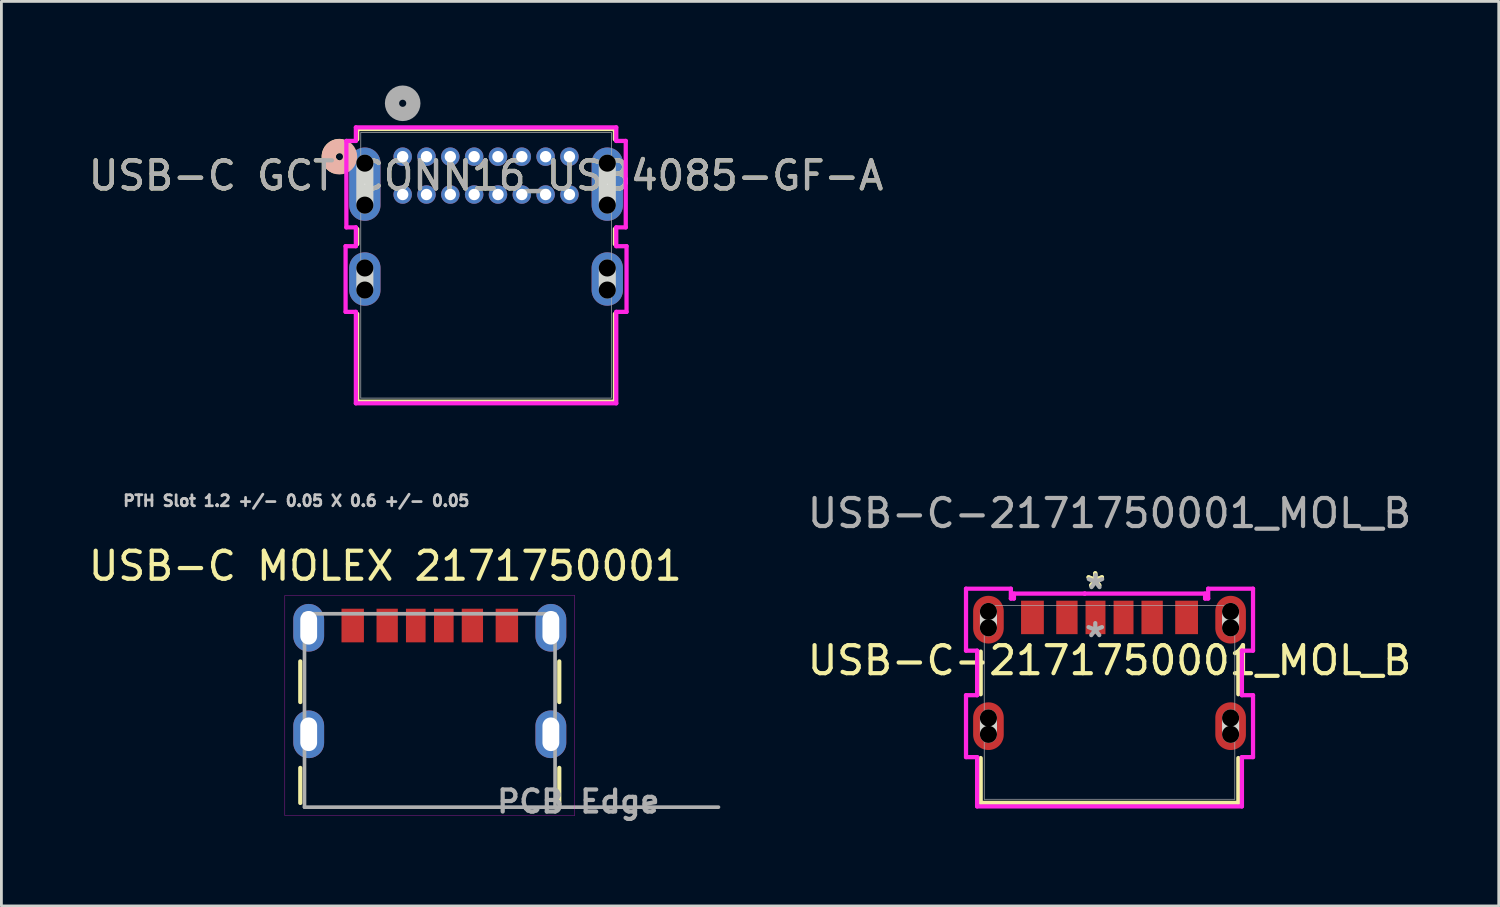
<source format=kicad_pcb>
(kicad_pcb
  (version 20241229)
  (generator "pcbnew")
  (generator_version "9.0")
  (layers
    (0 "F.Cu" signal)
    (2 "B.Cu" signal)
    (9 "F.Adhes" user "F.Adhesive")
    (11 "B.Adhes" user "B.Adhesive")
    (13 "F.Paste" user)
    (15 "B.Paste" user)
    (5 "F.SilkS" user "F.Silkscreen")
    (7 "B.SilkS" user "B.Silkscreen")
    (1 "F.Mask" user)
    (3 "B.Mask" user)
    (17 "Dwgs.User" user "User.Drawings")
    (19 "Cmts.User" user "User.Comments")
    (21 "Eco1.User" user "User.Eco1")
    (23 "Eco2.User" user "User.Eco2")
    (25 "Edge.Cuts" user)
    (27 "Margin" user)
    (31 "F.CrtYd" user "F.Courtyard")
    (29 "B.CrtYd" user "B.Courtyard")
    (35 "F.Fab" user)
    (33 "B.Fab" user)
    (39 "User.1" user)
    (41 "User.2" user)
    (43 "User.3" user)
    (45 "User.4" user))
  (footprint "USB-C-2171750001_MOL_B"
    (layer "F.Cu")
    (at 36.536 22.013)
    (property "Reference" "USB-C-2171750001_MOL_B" (at 0 -1.5 0) (unlocked yes) (layer "F.SilkS") (effects (font (size 1 1) (thickness 0.15))))
    (attr smd)
    (fp_line (start -4.597 -1.816) (end -4.597 -0.293) (stroke (width 0.152) (type solid)) (layer "F.SilkS"))
    (fp_line (start -4.597 1.984) (end -4.597 3.581) (stroke (width 0.152) (type solid)) (layer "F.SilkS"))
    (fp_line (start -4.597 3.581) (end 4.597 3.581) (stroke (width 0.152) (type solid)) (layer "F.SilkS"))
    (fp_line (start 4.597 -0.293) (end 4.597 -1.816) (stroke (width 0.152) (type solid)) (layer "F.SilkS"))
    (fp_line (start 4.597 3.581) (end 4.597 1.984) (stroke (width 0.152) (type solid)) (layer "F.SilkS"))
    (fp_line (start -4.32 -2.662) (end -4.32 -3.247) (stroke (width 0.61) (type solid)) (layer "Edge.Cuts"))
    (fp_line (start -4.32 1.138) (end -4.32 0.553) (stroke (width 0.61) (type solid)) (layer "Edge.Cuts"))
    (fp_line (start 4.32 -2.662) (end 4.32 -3.247) (stroke (width 0.61) (type solid)) (layer "Edge.Cuts"))
    (fp_line (start 4.32 1.138) (end 4.32 0.553) (stroke (width 0.61) (type solid)) (layer "Edge.Cuts"))
    (fp_line (start -5.12 -4.059) (end -5.12 -1.849) (stroke (width 0.152) (type solid)) (layer "F.CrtYd"))
    (fp_line (start -5.12 -1.849) (end -4.724 -1.849) (stroke (width 0.152) (type solid)) (layer "F.CrtYd"))
    (fp_line (start -5.12 -0.259) (end -5.12 1.95) (stroke (width 0.152) (type solid)) (layer "F.CrtYd"))
    (fp_line (start -5.12 1.95) (end -4.724 1.95) (stroke (width 0.152) (type solid)) (layer "F.CrtYd"))
    (fp_line (start -4.724 -1.849) (end -4.724 -0.259) (stroke (width 0.152) (type solid)) (layer "F.CrtYd"))
    (fp_line (start -4.724 -0.259) (end -5.12 -0.259) (stroke (width 0.152) (type solid)) (layer "F.CrtYd"))
    (fp_line (start -4.724 1.95) (end -4.724 3.708) (stroke (width 0.152) (type solid)) (layer "F.CrtYd"))
    (fp_line (start -4.724 3.708) (end 4.724 3.708) (stroke (width 0.152) (type solid)) (layer "F.CrtYd"))
    (fp_line (start -3.52 -4.059) (end -5.12 -4.059) (stroke (width 0.152) (type solid)) (layer "F.CrtYd"))
    (fp_line (start -3.52 -3.708) (end -3.52 -4.059) (stroke (width 0.152) (type solid)) (layer "F.CrtYd"))
    (fp_line (start -3.41 -3.885) (end -3.41 -3.708) (stroke (width 0.152) (type solid)) (layer "F.CrtYd"))
    (fp_line (start -3.41 -3.708) (end -3.52 -3.708) (stroke (width 0.152) (type solid)) (layer "F.CrtYd"))
    (fp_line (start -0.885 -3.885) (end -0.885 -3.885) (stroke (width 0.152) (type solid)) (layer "F.CrtYd"))
    (fp_line (start -0.885 -3.885) (end -3.41 -3.885) (stroke (width 0.152) (type solid)) (layer "F.CrtYd"))
    (fp_line (start 3.41 -3.885) (end -0.885 -3.885) (stroke (width 0.152) (type solid)) (layer "F.CrtYd"))
    (fp_line (start 3.41 -3.708) (end 3.41 -3.885) (stroke (width 0.152) (type solid)) (layer "F.CrtYd"))
    (fp_line (start 3.52 -4.059) (end 3.52 -3.708) (stroke (width 0.152) (type solid)) (layer "F.CrtYd"))
    (fp_line (start 3.52 -3.708) (end 3.41 -3.708) (stroke (width 0.152) (type solid)) (layer "F.CrtYd"))
    (fp_line (start 4.724 -1.849) (end 5.12 -1.849) (stroke (width 0.152) (type solid)) (layer "F.CrtYd"))
    (fp_line (start 4.724 -0.259) (end 4.724 -1.849) (stroke (width 0.152) (type solid)) (layer "F.CrtYd"))
    (fp_line (start 4.724 1.95) (end 5.12 1.95) (stroke (width 0.152) (type solid)) (layer "F.CrtYd"))
    (fp_line (start 4.724 3.708) (end 4.724 1.95) (stroke (width 0.152) (type solid)) (layer "F.CrtYd"))
    (fp_line (start 5.12 -4.059) (end 3.52 -4.059) (stroke (width 0.152) (type solid)) (layer "F.CrtYd"))
    (fp_line (start 5.12 -1.849) (end 5.12 -4.059) (stroke (width 0.152) (type solid)) (layer "F.CrtYd"))
    (fp_line (start 5.12 -0.259) (end 4.724 -0.259) (stroke (width 0.152) (type solid)) (layer "F.CrtYd"))
    (fp_line (start 5.12 1.95) (end 5.12 -0.259) (stroke (width 0.152) (type solid)) (layer "F.CrtYd"))
    (fp_line (start -4.47 -3.454) (end -4.47 3.454) (stroke (width 0.025) (type solid)) (layer "F.Fab"))
    (fp_line (start -4.47 3.454) (end 4.47 3.454) (stroke (width 0.025) (type solid)) (layer "F.Fab"))
    (fp_line (start 0 -3.454) (end 0 -3.454) (stroke (width 0.025) (type solid)) (layer "F.Fab"))
    (fp_line (start 0 -3.454) (end 0 -3.454) (stroke (width 0.025) (type solid)) (layer "F.Fab"))
    (fp_line (start 0 -3.454) (end 0 -3.454) (stroke (width 0.025) (type solid)) (layer "F.Fab"))
    (fp_line (start 0 -3.454) (end 0 -3.454) (stroke (width 0.025) (type solid)) (layer "F.Fab"))
    (fp_line (start 4.47 -3.454) (end -4.47 -3.454) (stroke (width 0.025) (type solid)) (layer "F.Fab"))
    (fp_line (start 4.47 3.454) (end 4.47 -3.454) (stroke (width 0.025) (type solid)) (layer "F.Fab"))
    (fp_text user "*" (at -0.508 -4.064 0) (layer "F.SilkS") (effects (font (size 1 1) (thickness 0.15))))
    (fp_text user "*" (at -0.508 -4.064 0) (unlocked yes) (layer "F.SilkS") (effects (font (size 1 1) (thickness 0.15))))
    (fp_text user "*" (at -0.5 -4 0) (layer "F.Fab") (effects (font (size 1 1) (thickness 0.15))))
    (fp_text user "${REFERENCE}" (at 0 -6.75 0) (unlocked yes) (layer "F.Fab") (effects (font (size 1 1) (thickness 0.15))))
    (fp_text user "*" (at -0.508 -2.286 0) (unlocked yes) (layer "F.Fab") (effects (font (size 1 1) (thickness 0.15))))
    (pad "" np_thru_hole circle (at -4.32 -3.247) (size 0.61 0.61) (drill 0.61) (layers))
    (pad "" np_thru_hole circle (at -4.32 -2.662) (size 0.61 0.61) (drill 0.61) (layers))
    (pad "" np_thru_hole circle (at -4.32 0.553) (size 0.61 0.61) (drill 0.61) (layers))
    (pad "" np_thru_hole circle (at -4.32 1.138) (size 0.61 0.61) (drill 0.61) (layers))
    (pad "" np_thru_hole circle (at 4.32 -3.247) (size 0.61 0.61) (drill 0.61) (layers))
    (pad "" np_thru_hole circle (at 4.32 -2.662) (size 0.61 0.61) (drill 0.61) (layers))
    (pad "" np_thru_hole circle (at 4.32 0.553) (size 0.61 0.61) (drill 0.61) (layers))
    (pad "" np_thru_hole circle (at 4.32 1.138) (size 0.61 0.61) (drill 0.61) (layers))
    (pad "7" smd oval (at -4.32 -2.954) (size 1.092 1.702) (layers "F.Cu" "F.Mask" "F.Paste"))
    (pad "8" smd oval (at 4.32 -2.954) (size 1.092 1.702) (layers "F.Cu" "F.Mask" "F.Paste"))
    (pad "9" smd oval (at -4.32 0.846) (size 1.092 1.702) (layers "F.Cu" "F.Mask" "F.Paste"))
    (pad "10" smd oval (at 4.32 0.846) (size 1.092 1.702) (layers "F.Cu" "F.Mask" "F.Paste"))
    (pad "A5" smd rect (at -0.5 -3.034) (size 0.711 1.194) (layers "F.Cu" "F.Mask" "F.Paste"))
    (pad "A9" smd rect (at 1.52 -3.034) (size 0.762 1.194) (layers "F.Cu" "F.Mask" "F.Paste"))
    (pad "A12" smd rect (at 2.75 -3.034) (size 0.813 1.194) (layers "F.Cu" "F.Mask" "F.Paste"))
    (pad "B5" smd rect (at 0.5 -3.034) (size 0.711 1.194) (layers "F.Cu" "F.Mask" "F.Paste"))
    (pad "B9" smd rect (at -1.52 -3.034) (size 0.762 1.194) (layers "F.Cu" "F.Mask" "F.Paste"))
    (pad "B12" smd rect (at -2.75 -3.034) (size 0.813 1.194) (layers "F.Cu" "F.Mask" "F.Paste")))
  (footprint "USB-C MOLEX 2171750001"
    (layer "F.Cu")
    (at 12.284 25.748)
    (property "Reference" "USB-C MOLEX 2171750001" (at -1.587 -8.605 0) (layer "F.SilkS") (effects (font (size 1 1) (thickness 0.15))))
    (attr smd)
    (fp_poly (pts (xy -3.213 -7.144) (xy -2.287 -7.144) (xy -2.287 -5.816) (xy -3.213 -5.816)) (stroke (width 0.01) (type solid)) (fill yes) (layer "F.Mask"))
    (fp_poly (pts (xy -1.964 -7.144) (xy -1.077 -7.144) (xy -1.077 -5.816) (xy -1.964 -5.816)) (stroke (width 0.01) (type solid)) (fill yes) (layer "F.Mask"))
    (fp_poly (pts (xy -0.913 -7.144) (xy -0.086 -7.144) (xy -0.086 -5.816) (xy -0.913 -5.816)) (stroke (width 0.01) (type solid)) (fill yes) (layer "F.Mask"))
    (fp_poly (pts (xy 0.086 -7.144) (xy 0.913 -7.144) (xy 0.913 -5.816) (xy 0.086 -5.816)) (stroke (width 0.01) (type solid)) (fill yes) (layer "F.Mask"))
    (fp_poly (pts (xy 1.077 -7.144) (xy 1.964 -7.144) (xy 1.964 -5.816) (xy 1.077 -5.816)) (stroke (width 0.01) (type solid)) (fill yes) (layer "F.Mask"))
    (fp_poly (pts (xy 2.287 -7.144) (xy 3.213 -7.144) (xy 3.213 -5.816) (xy 2.287 -5.816)) (stroke (width 0.01) (type solid)) (fill yes) (layer "F.Mask"))
    (fp_line (start -4.62 -3.75) (end -4.62 -5.2) (stroke (width 0.15) (type solid)) (layer "F.SilkS"))
    (fp_line (start -4.62 -0.15) (end -4.62 -1.4) (stroke (width 0.15) (type solid)) (layer "F.SilkS"))
    (fp_line (start 4.62 -3.75) (end 4.62 -5.2) (stroke (width 0.15) (type solid)) (layer "F.SilkS"))
    (fp_line (start 4.62 -0.15) (end 4.62 -1.4) (stroke (width 0.15) (type solid)) (layer "F.SilkS"))
    (fp_line (start -5.17 -7.55) (end -5.17 0.3) (stroke (width 0.01) (type solid)) (layer "F.CrtYd"))
    (fp_line (start -5.17 0.3) (end 5.17 0.3) (stroke (width 0.01) (type solid)) (layer "F.CrtYd"))
    (fp_line (start 5.17 -7.55) (end -5.17 -7.55) (stroke (width 0.01) (type solid)) (layer "F.CrtYd"))
    (fp_line (start 5.17 0.3) (end 5.17 -7.55) (stroke (width 0.01) (type solid)) (layer "F.CrtYd"))
    (fp_line (start -4.47 -6.9) (end 4.47 -6.9) (stroke (width 0.13) (type solid)) (layer "F.Fab"))
    (fp_line (start -4.47 0) (end -4.47 -6.9) (stroke (width 0.13) (type solid)) (layer "F.Fab"))
    (fp_line (start 4.47 -6.9) (end 4.47 0) (stroke (width 0.13) (type solid)) (layer "F.Fab"))
    (fp_line (start 4.47 0) (end -4.47 0) (stroke (width 0.13) (type solid)) (layer "F.Fab"))
    (fp_line (start 4.47 0) (end 10.3 0) (stroke (width 0.13) (type solid)) (layer "F.Fab"))
    (fp_text user "PTH Slot 1.2 +/- 0.05 X 0.6 +/- 0.05" (at -4.763 -10.93 0) (layer "Dwgs.User") (effects (font (size 0.394 0.394) (thickness 0.15))))
    (fp_text user "PCB Edge" (at 5.3 -0.2 0) (layer "F.Fab") (effects (font (size 0.787 0.787) (thickness 0.15))))
    (pad "A5" smd rect (at -0.5 -6.48) (size 0.7 1.2) (layers "F.Cu" "F.Paste"))
    (pad "A9" smd rect (at 1.52 -6.48) (size 0.76 1.2) (layers "F.Cu" "F.Paste"))
    (pad "A12" smd rect (at 2.75 -6.48) (size 0.8 1.2) (layers "F.Cu" "F.Paste"))
    (pad "B5" smd rect (at 0.5 -6.48) (size 0.7 1.2) (layers "F.Cu" "F.Paste"))
    (pad "B9" smd rect (at -1.52 -6.48) (size 0.76 1.2) (layers "F.Cu" "F.Paste"))
    (pad "B12" smd rect (at -2.75 -6.48) (size 0.8 1.2) (layers "F.Cu" "F.Paste"))
    (pad "S1" thru_hole oval (at -4.32 -2.6) (size 1.1 1.7) (drill oval 0.6 1.2) (layers "*.Cu" "*.Mask"))
    (pad "S2" thru_hole oval (at 4.32 -2.6) (size 1.1 1.7) (drill oval 0.6 1.2) (layers "*.Cu" "*.Mask"))
    (pad "S3" thru_hole oval (at -4.32 -6.4) (size 1.1 1.7) (drill oval 0.6 1.2) (layers "*.Cu" "*.Mask"))
    (pad "S4" thru_hole oval (at 4.32 -6.4) (size 1.1 1.7) (drill oval 0.6 1.2) (layers "*.Cu" "*.Mask")))
  (footprint "USB-C GCT CONN16_USB4085-GF-A"
    (layer "F.Cu")
    (at 11.317 2.54)
    (property "Reference" "USB-C GCT CONN16_USB4085-GF-A" (at 2.975 0.675 0) (unlocked yes) (layer "F.SilkS") (effects (font (size 1 1) (thickness 0.15))))
    (attr through_hole)
    (fp_line (start -1.622 -0.987) (end -1.622 -0.618) (stroke (width 0.152) (type solid)) (layer "F.SilkS"))
    (fp_line (start -1.622 2.578) (end -1.622 3.122) (stroke (width 0.152) (type solid)) (layer "F.SilkS"))
    (fp_line (start -1.622 5.608) (end -1.622 8.741) (stroke (width 0.152) (type solid)) (layer "F.SilkS"))
    (fp_line (start -1.622 8.741) (end 7.572 8.741) (stroke (width 0.152) (type solid)) (layer "F.SilkS"))
    (fp_line (start 7.572 -0.987) (end -1.622 -0.987) (stroke (width 0.152) (type solid)) (layer "F.SilkS"))
    (fp_line (start 7.572 -0.618) (end 7.572 -0.987) (stroke (width 0.152) (type solid)) (layer "F.SilkS"))
    (fp_line (start 7.572 3.122) (end 7.572 2.578) (stroke (width 0.152) (type solid)) (layer "F.SilkS"))
    (fp_line (start 7.572 8.741) (end 7.572 5.608) (stroke (width 0.152) (type solid)) (layer "F.SilkS"))
    (fp_arc (start -2.41934 0.344872) (mid -2.625765 -0.097305) (end -2.2279 -0.379856) (stroke (width 0.508) (type solid)) (layer "F.SilkS"))
    (fp_circle (center -2.257 0) (end -1.876 0) (stroke (width 0.508) (type solid)) (fill no) (layer "B.SilkS"))
    (fp_line (start -1.35 1.729) (end -1.35 0.231) (stroke (width 0.61) (type solid)) (layer "Edge.Cuts"))
    (fp_line (start -1.35 4.759) (end -1.35 3.971) (stroke (width 0.61) (type solid)) (layer "Edge.Cuts"))
    (fp_line (start 7.3 1.729) (end 7.3 0.231) (stroke (width 0.61) (type solid)) (layer "Edge.Cuts"))
    (fp_line (start 7.3 4.759) (end 7.3 3.971) (stroke (width 0.61) (type solid)) (layer "Edge.Cuts"))
    (fp_line (start -2.037 3.193) (end -2.037 5.537) (stroke (width 0.152) (type solid)) (layer "F.CrtYd"))
    (fp_line (start -2.037 5.537) (end -1.67 5.537) (stroke (width 0.152) (type solid)) (layer "F.CrtYd"))
    (fp_line (start -2.009 -0.562) (end -2.009 2.522) (stroke (width 0.152) (type solid)) (layer "F.CrtYd"))
    (fp_line (start -2.009 2.522) (end -1.67 2.522) (stroke (width 0.152) (type solid)) (layer "F.CrtYd"))
    (fp_line (start -1.67 2.522) (end -1.67 3.193) (stroke (width 0.152) (type solid)) (layer "F.CrtYd"))
    (fp_line (start -1.67 3.193) (end -2.037 3.193) (stroke (width 0.152) (type solid)) (layer "F.CrtYd"))
    (fp_line (start -1.67 5.537) (end -1.67 8.799) (stroke (width 0.152) (type solid)) (layer "F.CrtYd"))
    (fp_line (start -1.67 8.799) (end 7.62 8.799) (stroke (width 0.152) (type solid)) (layer "F.CrtYd"))
    (fp_line (start -1.67 -1.045) (end -1.67 -0.562) (stroke (width 0.152) (type solid)) (layer "F.CrtYd"))
    (fp_line (start -1.67 -0.562) (end -2.009 -0.562) (stroke (width 0.152) (type solid)) (layer "F.CrtYd"))
    (fp_line (start 7.62 5.537) (end 7.987 5.537) (stroke (width 0.152) (type solid)) (layer "F.CrtYd"))
    (fp_line (start 7.62 8.799) (end 7.62 5.537) (stroke (width 0.152) (type solid)) (layer "F.CrtYd"))
    (fp_line (start 7.62 -0.562) (end 7.62 -1.045) (stroke (width 0.152) (type solid)) (layer "F.CrtYd"))
    (fp_line (start 7.62 2.522) (end 7.959 2.522) (stroke (width 0.152) (type solid)) (layer "F.CrtYd"))
    (fp_line (start 7.62 3.193) (end 7.62 2.522) (stroke (width 0.152) (type solid)) (layer "F.CrtYd"))
    (fp_line (start 7.62 -1.045) (end -1.67 -1.045) (stroke (width 0.152) (type solid)) (layer "F.CrtYd"))
    (fp_line (start 7.959 -0.562) (end 7.62 -0.562) (stroke (width 0.152) (type solid)) (layer "F.CrtYd"))
    (fp_line (start 7.959 2.522) (end 7.959 -0.562) (stroke (width 0.152) (type solid)) (layer "F.CrtYd"))
    (fp_line (start 7.987 3.193) (end 7.62 3.193) (stroke (width 0.152) (type solid)) (layer "F.CrtYd"))
    (fp_line (start 7.987 5.537) (end 7.987 3.193) (stroke (width 0.152) (type solid)) (layer "F.CrtYd"))
    (fp_line (start -1.495 -0.86) (end -1.495 8.614) (stroke (width 0.025) (type solid)) (layer "F.Fab"))
    (fp_line (start -1.495 8.614) (end 7.445 8.614) (stroke (width 0.025) (type solid)) (layer "F.Fab"))
    (fp_line (start 7.445 -0.86) (end -1.495 -0.86) (stroke (width 0.025) (type solid)) (layer "F.Fab"))
    (fp_line (start 7.445 8.614) (end 7.445 -0.86) (stroke (width 0.025) (type solid)) (layer "F.Fab"))
    (fp_circle (center 0 -1.905) (end 0.381 -1.905) (stroke (width 0.508) (type solid)) (fill no) (layer "F.Fab"))
    (fp_text user "${REFERENCE}" (at 2.975 0.675 0) (unlocked yes) (layer "F.Fab") (effects (font (size 1 1) (thickness 0.15))))
    (pad "" np_thru_hole circle (at -1.35 0.231) (size 0.61 0.61) (drill 0.61) (layers))
    (pad "" np_thru_hole circle (at -1.35 1.729) (size 0.61 0.61) (drill 0.61) (layers))
    (pad "" np_thru_hole circle (at -1.35 3.971) (size 0.61 0.61) (drill 0.61) (layers))
    (pad "" np_thru_hole circle (at -1.35 4.759) (size 0.61 0.61) (drill 0.61) (layers))
    (pad "" np_thru_hole circle (at 7.3 0.231) (size 0.61 0.61) (drill 0.61) (layers))
    (pad "" np_thru_hole circle (at 7.3 1.729) (size 0.61 0.61) (drill 0.61) (layers))
    (pad "" np_thru_hole circle (at 7.3 3.971) (size 0.61 0.61) (drill 0.61) (layers))
    (pad "" np_thru_hole circle (at 7.3 4.759) (size 0.61 0.61) (drill 0.61) (layers))
    (pad "A1" thru_hole circle (at 0 0) (size 0.66 0.66) (drill 0.406) (layers "*.Cu" "*.Mask"))
    (pad "A4" thru_hole circle (at 0.85 0) (size 0.66 0.66) (drill 0.406) (layers "*.Cu" "*.Mask"))
    (pad "A5" thru_hole circle (at 1.7 0) (size 0.66 0.66) (drill 0.406) (layers "*.Cu" "*.Mask"))
    (pad "A6" thru_hole circle (at 2.55 0) (size 0.66 0.66) (drill 0.406) (layers "*.Cu" "*.Mask"))
    (pad "A7" thru_hole circle (at 3.4 0) (size 0.66 0.66) (drill 0.406) (layers "*.Cu" "*.Mask"))
    (pad "A8" thru_hole circle (at 4.25 0) (size 0.66 0.66) (drill 0.406) (layers "*.Cu" "*.Mask"))
    (pad "A9" thru_hole circle (at 5.1 0) (size 0.66 0.66) (drill 0.406) (layers "*.Cu" "*.Mask"))
    (pad "A12" thru_hole circle (at 5.95 0) (size 0.66 0.66) (drill 0.406) (layers "*.Cu" "*.Mask"))
    (pad "B1" thru_hole circle (at 5.95 1.35) (size 0.66 0.66) (drill 0.406) (layers "*.Cu" "*.Mask"))
    (pad "B4" thru_hole circle (at 5.1 1.35) (size 0.66 0.66) (drill 0.406) (layers "*.Cu" "*.Mask"))
    (pad "B5" thru_hole circle (at 4.25 1.35) (size 0.66 0.66) (drill 0.406) (layers "*.Cu" "*.Mask"))
    (pad "B6" thru_hole circle (at 3.4 1.35) (size 0.66 0.66) (drill 0.406) (layers "*.Cu" "*.Mask"))
    (pad "B7" thru_hole circle (at 2.55 1.35) (size 0.66 0.66) (drill 0.406) (layers "*.Cu" "*.Mask"))
    (pad "B8" thru_hole circle (at 1.7 1.35) (size 0.66 0.66) (drill 0.406) (layers "*.Cu" "*.Mask"))
    (pad "B9" thru_hole circle (at 0.85 1.35) (size 0.66 0.66) (drill 0.406) (layers "*.Cu" "*.Mask"))
    (pad "B12" thru_hole circle (at 0 1.35) (size 0.66 0.66) (drill 0.406) (layers "*.Cu" "*.Mask"))
    (pad "S1" thru_hole oval (at -1.35 4.365 90) (size 1.905 1.118) (drill 0.025) (layers "*.Cu" "*.Mask"))
    (pad "S2" thru_hole oval (at 7.3 4.365 90) (size 1.905 1.118) (drill 0.025) (layers "*.Cu" "*.Mask"))
    (pad "S3" thru_hole oval (at -1.35 0.98 90) (size 2.616 1.118) (drill 0.025) (layers "*.Cu" "*.Mask"))
    (pad "S4" thru_hole oval (at 7.3 0.98 90) (size 2.616 1.118) (drill 0.025) (layers "*.Cu" "*.Mask")))
  (gr_rect
    (start -3 -3)
    (end 50.423 29.272)
    (stroke (width 0.1) (type default))
    (fill no)
    (layer "Edge.Cuts")))
</source>
